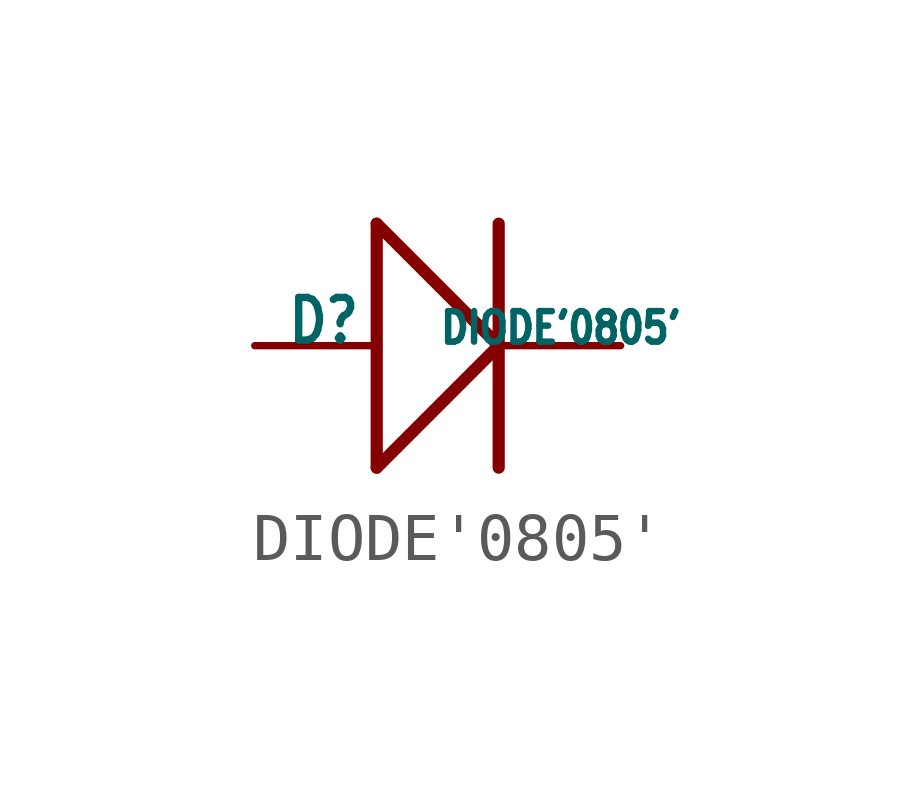
<source format=kicad_sym>
(kicad_symbol_lib
  (version 20211014)
  (generator kicad_symbol_editor)
  (symbol "DIODE'0805'"
    (property "Reference" "D"
      (at -3.175 0 0)
      (effects (font (size 0.889 0.756)) (justify left bottom)))
    (property "Value" "DIODE'0805'"
      (at 0 0 0)
      (effects (font (size 0.635 0.54)) (justify left bottom)))
    (property "ki_locked" ""
      (at 0 0 0)
      (effects (font (size 1.27 1.27))))
    (symbol "DIODE'0805'_1_0"
      (polyline (pts (xy -1.27 -2.54) (xy -1.27 2.54)) (stroke (width 0.254) (type default) (color 0 0 0 0)) (fill (type none)))
      (polyline (pts (xy -1.27 -2.54) (xy 1.27 0)) (stroke (width 0.254) (type default) (color 0 0 0 0)) (fill (type none)))
      (polyline (pts (xy -1.27 2.54) (xy 1.27 0)) (stroke (width 0.254) (type default) (color 0 0 0 0)) (fill (type none)))
      (polyline (pts (xy 1.27 2.54) (xy 1.27 -2.54)) (stroke (width 0.254) (type default) (color 0 0 0 0)) (fill (type none)))
      (pin passive line (at -3.81 0 0) (length 2.54) (name "+" (effects (font (size 0 0)))) (number "+" (effects (font (size 0 0)))))
      (pin passive line (at 3.81 0 180) (length 2.54) (name "-" (effects (font (size 0 0)))) (number "-" (effects (font (size 0 0))))))))
</source>
